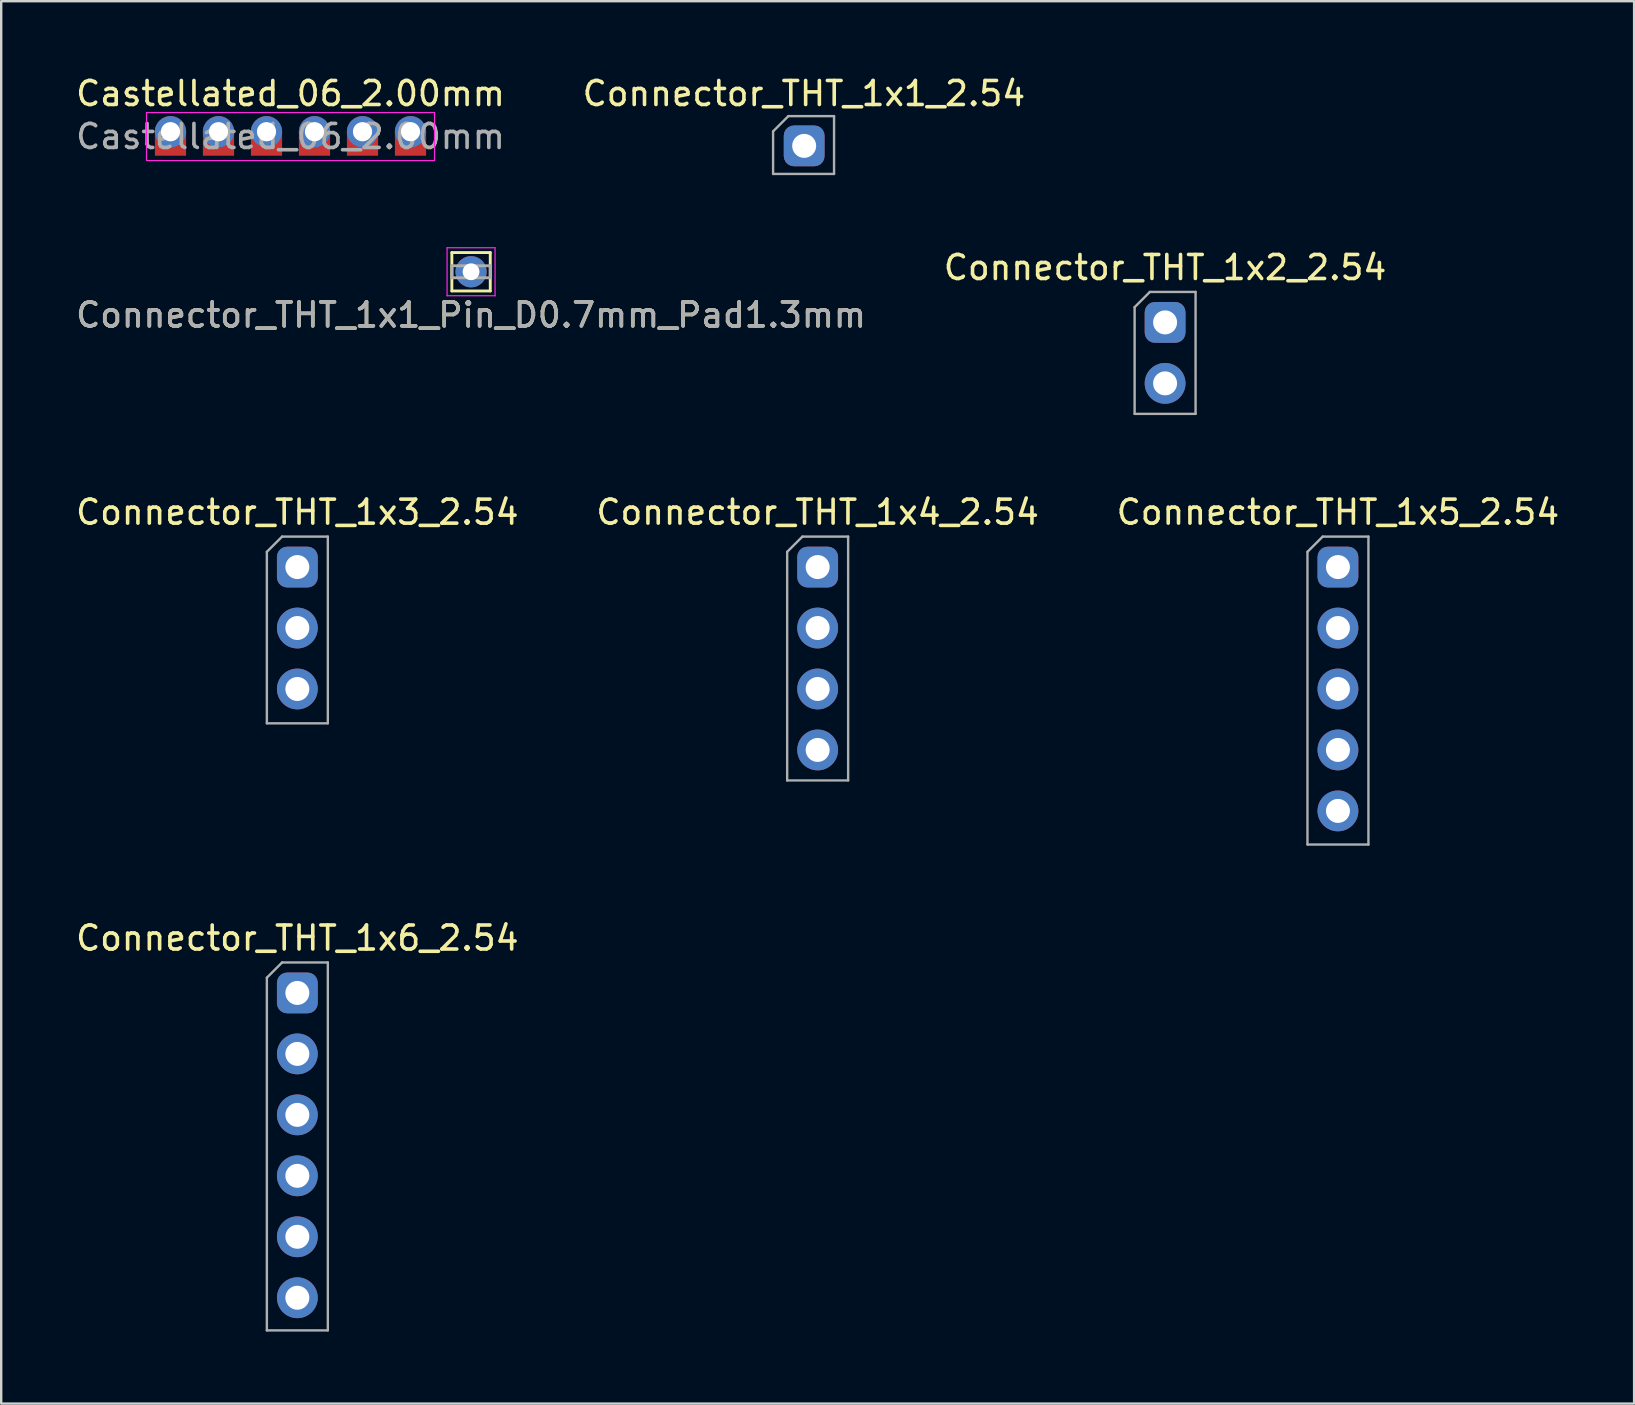
<source format=kicad_pcb>
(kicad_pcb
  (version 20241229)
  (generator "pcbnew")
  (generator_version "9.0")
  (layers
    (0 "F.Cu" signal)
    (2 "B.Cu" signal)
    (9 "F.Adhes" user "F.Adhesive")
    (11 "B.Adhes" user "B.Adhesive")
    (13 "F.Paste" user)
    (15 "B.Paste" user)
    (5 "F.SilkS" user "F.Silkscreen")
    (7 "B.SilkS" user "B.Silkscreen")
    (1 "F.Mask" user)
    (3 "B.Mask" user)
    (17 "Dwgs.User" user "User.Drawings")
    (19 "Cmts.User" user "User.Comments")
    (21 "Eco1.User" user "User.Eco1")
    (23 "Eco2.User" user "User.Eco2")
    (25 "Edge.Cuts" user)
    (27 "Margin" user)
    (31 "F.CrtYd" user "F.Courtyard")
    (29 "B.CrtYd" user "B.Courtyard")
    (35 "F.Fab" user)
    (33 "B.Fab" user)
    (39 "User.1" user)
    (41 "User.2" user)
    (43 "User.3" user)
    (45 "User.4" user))
  (footprint "Connector_THT_1x4_2.54"
    (layer "F.Cu")
    (at 31.018 24.387)
    (property "Reference" "Connector_THT_1x4_2.54" (at 0 -6.096 0) (layer "F.SilkS") (effects (font (size 1 1) (thickness 0.15))))
    (fp_line (start -1.27 -4.445) (end -0.635 -5.08) (stroke (width 0.1) (type solid)) (layer "F.Fab"))
    (fp_line (start -1.27 5.08) (end -1.27 -4.445) (stroke (width 0.1) (type solid)) (layer "F.Fab"))
    (fp_line (start -0.635 -5.08) (end 1.27 -5.08) (stroke (width 0.1) (type solid)) (layer "F.Fab"))
    (fp_line (start 1.27 -5.08) (end 1.27 5.08) (stroke (width 0.1) (type solid)) (layer "F.Fab"))
    (fp_line (start 1.27 5.08) (end -1.27 5.08) (stroke (width 0.1) (type solid)) (layer "F.Fab"))
    (pad "1" thru_hole roundrect (at 0 -3.81) (size 1.7 1.7) (drill 1) (layers "*.Cu" "*.Mask") (roundrect_rratio 0.25))
    (pad "2" thru_hole oval (at 0 -1.27) (size 1.7 1.7) (drill 1) (layers "*.Cu" "*.Mask"))
    (pad "3" thru_hole oval (at 0 1.27) (size 1.7 1.7) (drill 1) (layers "*.Cu" "*.Mask"))
    (pad "4" thru_hole oval (at 0 3.81) (size 1.7 1.7) (drill 1) (layers "*.Cu" "*.Mask")))
  (footprint "Connector_THT_1x3_2.54"
    (layer "F.Cu")
    (at 9.339 23.117)
    (property "Reference" "Connector_THT_1x3_2.54" (at 0 -4.826 0) (layer "F.SilkS") (effects (font (size 1 1) (thickness 0.15))))
    (fp_line (start -1.27 -3.175) (end -0.635 -3.81) (stroke (width 0.1) (type solid)) (layer "F.Fab"))
    (fp_line (start -1.27 3.97) (end -1.27 -3.175) (stroke (width 0.1) (type solid)) (layer "F.Fab"))
    (fp_line (start -0.635 -3.81) (end 1.27 -3.81) (stroke (width 0.1) (type solid)) (layer "F.Fab"))
    (fp_line (start 1.27 -3.81) (end 1.27 3.97) (stroke (width 0.1) (type solid)) (layer "F.Fab"))
    (fp_line (start 1.27 3.97) (end -1.27 3.97) (stroke (width 0.1) (type solid)) (layer "F.Fab"))
    (pad "1" thru_hole roundrect (at 0 -2.54) (size 1.7 1.7) (drill 1) (layers "*.Cu" "*.Mask") (roundrect_rratio 0.25))
    (pad "2" thru_hole oval (at 0 0) (size 1.7 1.7) (drill 1) (layers "*.Cu" "*.Mask"))
    (pad "3" thru_hole oval (at 0 2.54) (size 1.7 1.7) (drill 1) (layers "*.Cu" "*.Mask")))
  (footprint "Connector_THT_1x1_Pin_D0.7mm_Pad1.3mm"
    (layer "F.Cu")
    (at 16.577 8.273)
    (property "Reference" "Connector_THT_1x1_Pin_D0.7mm_Pad1.3mm" (at 0 1.8 0) (layer "F.SilkS") (effects (font (size 1 1) (thickness 0.15))))
    (attr through_hole)
    (fp_line (start -0.8 -0.8) (end -0.8 0.8) (stroke (width 0.12) (type solid)) (layer "F.SilkS"))
    (fp_line (start -0.8 0.8) (end 0.8 0.8) (stroke (width 0.12) (type solid)) (layer "F.SilkS"))
    (fp_line (start 0.8 -0.8) (end -0.8 -0.8) (stroke (width 0.12) (type solid)) (layer "F.SilkS"))
    (fp_line (start 0.8 0.8) (end 0.8 -0.8) (stroke (width 0.12) (type solid)) (layer "F.SilkS"))
    (fp_line (start -1 -1) (end -1 1) (stroke (width 0.05) (type solid)) (layer "F.CrtYd"))
    (fp_line (start -1 -1) (end 1 -1) (stroke (width 0.05) (type solid)) (layer "F.CrtYd"))
    (fp_line (start 1 1) (end -1 1) (stroke (width 0.05) (type solid)) (layer "F.CrtYd"))
    (fp_line (start 1 1) (end 1 -1) (stroke (width 0.05) (type solid)) (layer "F.CrtYd"))
    (fp_line (start -0.8 -0.25) (end 0.8 -0.25) (stroke (width 0.12) (type solid)) (layer "F.Fab"))
    (fp_line (start -0.8 0.25) (end -0.8 -0.25) (stroke (width 0.12) (type solid)) (layer "F.Fab"))
    (fp_line (start 0.8 -0.25) (end 0.8 0.25) (stroke (width 0.12) (type solid)) (layer "F.Fab"))
    (fp_line (start 0.8 0.25) (end -0.8 0.25) (stroke (width 0.12) (type solid)) (layer "F.Fab"))
    (fp_text user "${REFERENCE}" (at 0 1.8 0) (layer "F.Fab") (effects (font (size 1 1) (thickness 0.15))))
    (pad "1" thru_hole circle (at 0 0) (size 1.3 1.3) (drill 0.7) (layers "*.Cu" "*.Mask")))
  (footprint "Connector_THT_1x5_2.54"
    (layer "F.Cu")
    (at 52.696 24.387)
    (property "Reference" "Connector_THT_1x5_2.54" (at 0 -6.096 0) (layer "F.SilkS") (effects (font (size 1 1) (thickness 0.15))))
    (fp_line (start -1.27 -4.445) (end -0.635 -5.08) (stroke (width 0.1) (type solid)) (layer "F.Fab"))
    (fp_line (start -1.27 7.75) (end -1.27 -4.445) (stroke (width 0.1) (type solid)) (layer "F.Fab"))
    (fp_line (start -0.635 -5.08) (end 1.27 -5.08) (stroke (width 0.1) (type solid)) (layer "F.Fab"))
    (fp_line (start 1.27 -5.08) (end 1.27 7.75) (stroke (width 0.1) (type solid)) (layer "F.Fab"))
    (fp_line (start 1.27 7.75) (end -1.27 7.75) (stroke (width 0.1) (type solid)) (layer "F.Fab"))
    (pad "1" thru_hole roundrect (at 0 -3.81) (size 1.7 1.7) (drill 1) (layers "*.Cu" "*.Mask") (roundrect_rratio 0.25))
    (pad "2" thru_hole oval (at 0 -1.27) (size 1.7 1.7) (drill 1) (layers "*.Cu" "*.Mask"))
    (pad "3" thru_hole oval (at 0 1.27) (size 1.7 1.7) (drill 1) (layers "*.Cu" "*.Mask"))
    (pad "4" thru_hole oval (at 0 3.81) (size 1.7 1.7) (drill 1) (layers "*.Cu" "*.Mask"))
    (pad "5" thru_hole oval (at 0 6.35) (size 1.7 1.7) (drill 1) (layers "*.Cu" "*.Mask")))
  (footprint "Connector_THT_1x1_2.54"
    (layer "F.Cu")
    (at 30.456 3.028)
    (property "Reference" "Connector_THT_1x1_2.54" (at -0.01 -2.18 0) (layer "F.SilkS") (effects (font (size 1 1) (thickness 0.15))))
    (fp_line (start -1.295 -0.605) (end -0.66 -1.24) (stroke (width 0.1) (type solid)) (layer "F.Fab"))
    (fp_line (start -1.295 1.17) (end -1.295 -0.605) (stroke (width 0.1) (type solid)) (layer "F.Fab"))
    (fp_line (start -0.66 -1.24) (end 1.245 -1.24) (stroke (width 0.1) (type solid)) (layer "F.Fab"))
    (fp_line (start 1.245 -1.24) (end 1.245 1.17) (stroke (width 0.1) (type solid)) (layer "F.Fab"))
    (fp_line (start 1.245 1.17) (end -1.295 1.17) (stroke (width 0.1) (type solid)) (layer "F.Fab"))
    (pad "1" thru_hole roundrect (at 0 0) (size 1.7 1.7) (drill 1) (layers "*.Cu" "*.Mask") (roundrect_rratio 0.25)))
  (footprint "Connector_THT_1x2_2.54"
    (layer "F.Cu")
    (at 45.494 14.193)
    (property "Reference" "Connector_THT_1x2_2.54" (at 0 -6.096 0) (layer "F.SilkS") (effects (font (size 1 1) (thickness 0.15))))
    (fp_line (start -1.27 -4.445) (end -0.635 -5.08) (stroke (width 0.1) (type solid)) (layer "F.Fab"))
    (fp_line (start -1.27 0) (end -1.27 -4.445) (stroke (width 0.1) (type solid)) (layer "F.Fab"))
    (fp_line (start -0.635 -5.08) (end 1.27 -5.08) (stroke (width 0.1) (type solid)) (layer "F.Fab"))
    (fp_line (start 1.27 -5.08) (end 1.27 0) (stroke (width 0.1) (type solid)) (layer "F.Fab"))
    (fp_line (start 1.27 0) (end -1.27 0) (stroke (width 0.1) (type solid)) (layer "F.Fab"))
    (pad "1" thru_hole roundrect (at 0 -3.81) (size 1.7 1.7) (drill 1) (layers "*.Cu" "*.Mask") (roundrect_rratio 0.25))
    (pad "2" thru_hole oval (at 0 -1.27) (size 1.7 1.7) (drill 1) (layers "*.Cu" "*.Mask")))
  (footprint "Connector_THT_1x6_2.54"
    (layer "F.Cu")
    (at 9.339 42.131)
    (property "Reference" "Connector_THT_1x6_2.54" (at 0 -6.096 0) (layer "F.SilkS") (effects (font (size 1 1) (thickness 0.15))))
    (fp_line (start -1.27 -4.445) (end -0.635 -5.08) (stroke (width 0.1) (type solid)) (layer "F.Fab"))
    (fp_line (start -1.27 10.25) (end -1.27 -4.445) (stroke (width 0.1) (type solid)) (layer "F.Fab"))
    (fp_line (start -0.635 -5.08) (end 1.27 -5.08) (stroke (width 0.1) (type solid)) (layer "F.Fab"))
    (fp_line (start 1.27 -5.08) (end 1.27 10.25) (stroke (width 0.1) (type solid)) (layer "F.Fab"))
    (fp_line (start 1.27 10.25) (end -1.27 10.25) (stroke (width 0.1) (type solid)) (layer "F.Fab"))
    (pad "1" thru_hole roundrect (at 0 -3.81) (size 1.7 1.7) (drill 1) (layers "*.Cu" "*.Mask") (roundrect_rratio 0.25))
    (pad "2" thru_hole oval (at 0 -1.27) (size 1.7 1.7) (drill 1) (layers "*.Cu" "*.Mask"))
    (pad "3" thru_hole oval (at 0 1.27) (size 1.7 1.7) (drill 1) (layers "*.Cu" "*.Mask"))
    (pad "4" thru_hole oval (at 0 3.81) (size 1.7 1.7) (drill 1) (layers "*.Cu" "*.Mask"))
    (pad "5" thru_hole oval (at 0 6.35) (size 1.7 1.7) (drill 1) (layers "*.Cu" "*.Mask"))
    (pad "6" thru_hole oval (at 0 8.89) (size 1.7 1.7) (drill 1) (layers "*.Cu" "*.Mask")))
  (footprint "Castellated_06_2.00mm"
    (layer "F.Cu")
    (at 9.054 2.638)
    (property "Reference" "Castellated_06_2.00mm" (at 0 -1.79 180) (layer "F.SilkS") (effects (font (size 1 1) (thickness 0.15))))
    (attr smd)
    (fp_line (start -6 -1) (end -6 1) (stroke (width 0.05) (type solid)) (layer "F.CrtYd"))
    (fp_line (start -6 1) (end 6 1) (stroke (width 0.05) (type solid)) (layer "F.CrtYd"))
    (fp_line (start 6 -1) (end -6 -1) (stroke (width 0.05) (type solid)) (layer "F.CrtYd"))
    (fp_line (start 6 1) (end 6 -1) (stroke (width 0.05) (type solid)) (layer "F.CrtYd"))
    (fp_text user "${REFERENCE}" (at 0 0 180) (layer "F.Fab") (effects (font (size 1 1) (thickness 0.15))))
    (pad "1" thru_hole circle (at -5 -0.2) (size 1.3 1.3) (drill 0.8) (layers "*.Cu" "*.Mask"))
    (pad "1" smd rect (at -5 0.3) (size 1.3 1) (layers "F.Cu" "F.Mask" "F.Paste"))
    (pad "2" thru_hole circle (at -3 -0.2) (size 1.3 1.3) (drill 0.8) (layers "*.Cu" "*.Mask"))
    (pad "2" smd rect (at -3 0.3) (size 1.3 1) (layers "F.Cu" "F.Mask" "F.Paste"))
    (pad "3" thru_hole circle (at -1 -0.2) (size 1.3 1.3) (drill 0.8) (layers "*.Cu" "*.Mask"))
    (pad "3" smd rect (at -1 0.3) (size 1.3 1) (layers "F.Cu" "F.Mask" "F.Paste"))
    (pad "4" thru_hole circle (at 1 -0.2) (size 1.3 1.3) (drill 0.8) (layers "*.Cu" "*.Mask"))
    (pad "4" smd rect (at 1 0.3) (size 1.3 1) (layers "F.Cu" "F.Mask" "F.Paste"))
    (pad "5" thru_hole circle (at 3 -0.2) (size 1.3 1.3) (drill 0.8) (layers "*.Cu" "*.Mask"))
    (pad "5" smd rect (at 3 0.3) (size 1.3 1) (layers "F.Cu" "F.Mask" "F.Paste"))
    (pad "6" thru_hole circle (at 5 -0.2) (size 1.3 1.3) (drill 0.8) (layers "*.Cu" "*.Mask"))
    (pad "6" smd rect (at 5 0.3) (size 1.3 1) (layers "F.Cu" "F.Mask" "F.Paste")))
  (gr_rect
    (start -3 -3)
    (end 65.036 55.431)
    (stroke (width 0.1) (type default))
    (fill no)
    (layer "Edge.Cuts")))
</source>
